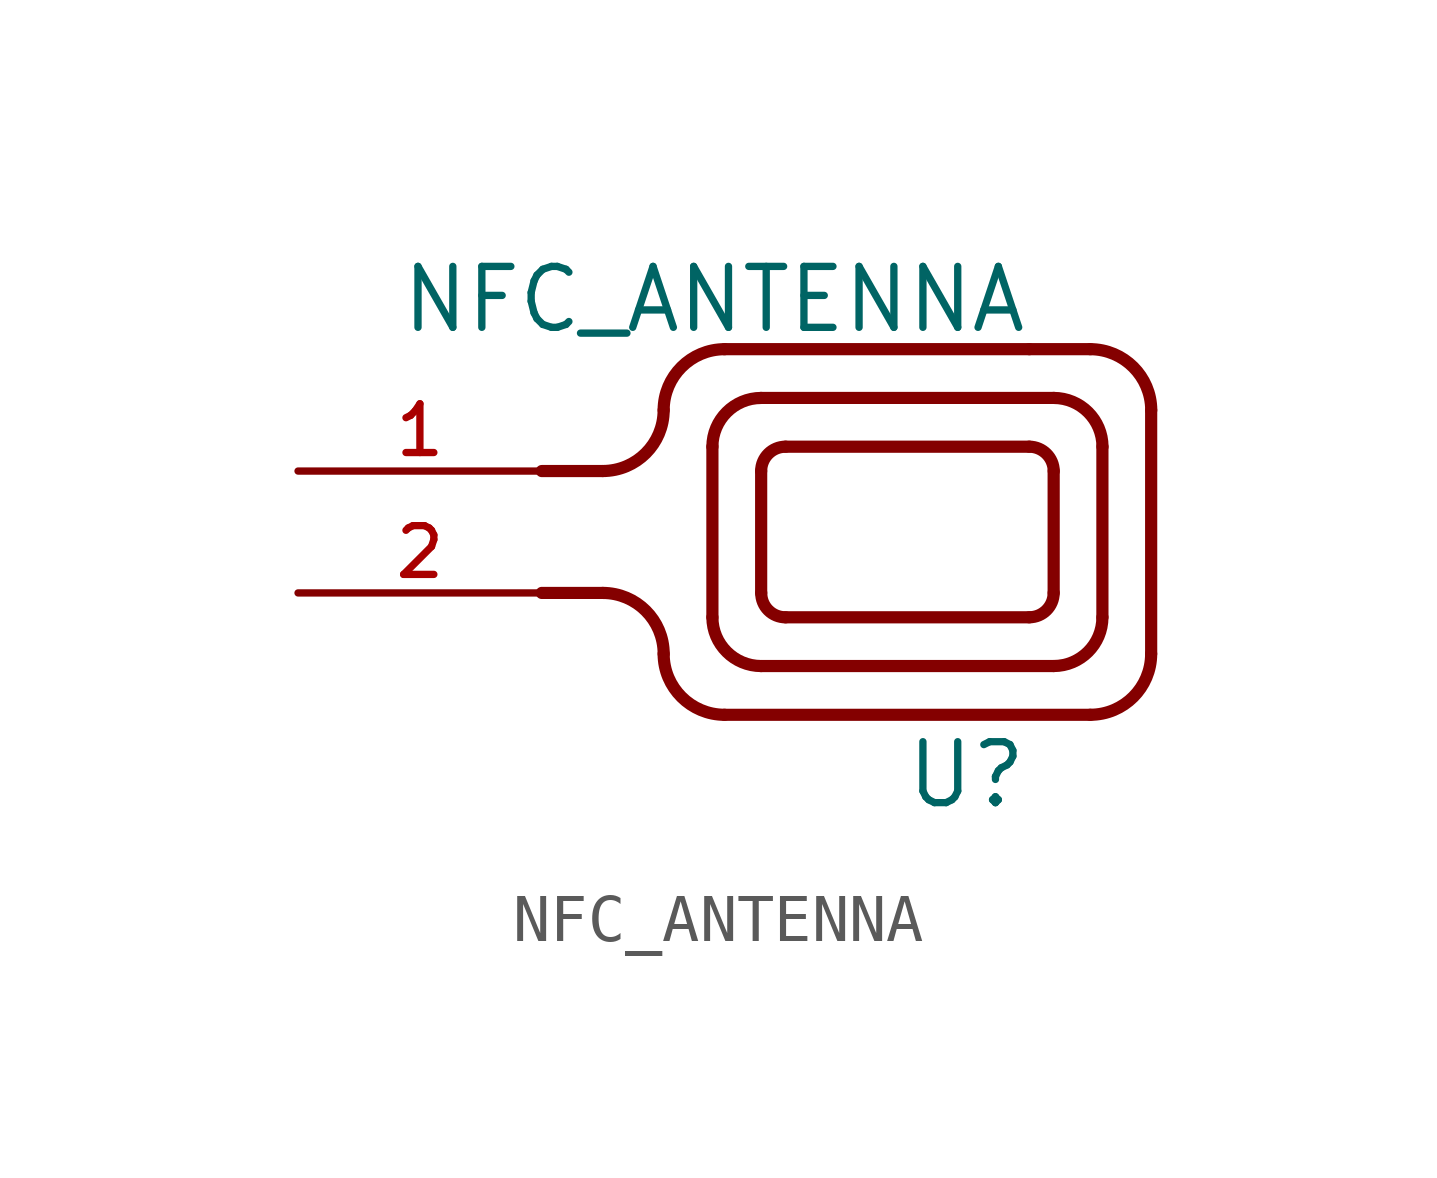
<source format=kicad_sym>
(kicad_symbol_lib
  (version 20211014)
  (generator kicad_symbol_editor)
  (symbol "NFC_ANTENNA"
    (pin_names
      (offset 1.016))
    (property "Reference" "U"
      (at 2.54 -0.508 0)
      (effects (font (size 1.27 1.27)) (justify right top)))
    (property "Value" "NFC_ANTENNA"
      (at 2.54 9.398 0)
      (effects (font (size 1.27 1.27)) (justify right top)))
    (symbol "NFC_ANTENNA_0_0"
      (arc (start -6.35 5.08) (mid -5.452 5.452) (end -5.08 6.35) (stroke (width 0.254) (type default) (color 0 0 0 0)) (fill (type none)))
      (arc (start -5.08 1.27) (mid -5.452 2.168) (end -6.35 2.54) (stroke (width 0.254) (type default) (color 0 0 0 0)) (fill (type none)))
      (arc (start -5.08 1.27) (mid -4.708 0.372) (end -3.81 0) (stroke (width 0.254) (type default) (color 0 0 0 0)) (fill (type none)))
      (arc (start -4.064 2.032) (mid -3.7664 1.3136) (end -3.048 1.016) (stroke (width 0.254) (type default) (color 0 0 0 0)) (fill (type none)))
      (arc (start -3.81 7.62) (mid -4.708 7.248) (end -5.08 6.35) (stroke (width 0.254) (type default) (color 0 0 0 0)) (fill (type none)))
      (arc (start -3.048 2.54) (mid -2.8992 2.1808) (end -2.54 2.032) (stroke (width 0.254) (type default) (color 0 0 0 0)) (fill (type none)))
      (arc (start -3.048 6.604) (mid -3.7664 6.3064) (end -4.064 5.588) (stroke (width 0.254) (type default) (color 0 0 0 0)) (fill (type none)))
      (arc (start -2.54 5.588) (mid -2.8992 5.4392) (end -3.048 5.08) (stroke (width 0.254) (type default) (color 0 0 0 0)) (fill (type none)))
      (polyline (pts (xy -7.62 5.08) (xy -6.35 5.08)) (stroke (width 0.254) (type default) (color 0 0 0 0)) (fill (type none)))
      (polyline (pts (xy -6.35 2.54) (xy -7.62 2.54)) (stroke (width 0.254) (type default) (color 0 0 0 0)) (fill (type none)))
      (polyline (pts (xy -4.064 2.032) (xy -4.064 5.588)) (stroke (width 0.254) (type default) (color 0 0 0 0)) (fill (type none)))
      (polyline (pts (xy -3.81 7.62) (xy 2.54 7.62)) (stroke (width 0.254) (type default) (color 0 0 0 0)) (fill (type none)))
      (polyline (pts (xy -3.048 1.016) (xy 3.048 1.016)) (stroke (width 0.254) (type default) (color 0 0 0 0)) (fill (type none)))
      (polyline (pts (xy -3.048 2.54) (xy -3.048 5.08)) (stroke (width 0.254) (type default) (color 0 0 0 0)) (fill (type none)))
      (polyline (pts (xy -3.048 6.604) (xy 3.048 6.604)) (stroke (width 0.254) (type default) (color 0 0 0 0)) (fill (type none)))
      (polyline (pts (xy 2.54 2.032) (xy -2.54 2.032)) (stroke (width 0.254) (type default) (color 0 0 0 0)) (fill (type none)))
      (polyline (pts (xy 2.54 5.588) (xy -2.54 5.588)) (stroke (width 0.254) (type default) (color 0 0 0 0)) (fill (type none)))
      (polyline (pts (xy 2.54 7.62) (xy 3.81 7.62)) (stroke (width 0.254) (type default) (color 0 0 0 0)) (fill (type none)))
      (polyline (pts (xy 3.048 2.54) (xy 3.048 5.08)) (stroke (width 0.254) (type default) (color 0 0 0 0)) (fill (type none)))
      (polyline (pts (xy 3.81 0) (xy -3.81 0)) (stroke (width 0.254) (type default) (color 0 0 0 0)) (fill (type none)))
      (polyline (pts (xy 4.064 5.588) (xy 4.064 2.032)) (stroke (width 0.254) (type default) (color 0 0 0 0)) (fill (type none)))
      (polyline (pts (xy 5.08 6.35) (xy 5.08 1.27)) (stroke (width 0.254) (type default) (color 0 0 0 0)) (fill (type none)))
      (arc (start 2.54 2.032) (mid 2.8992 2.1808) (end 3.048 2.54) (stroke (width 0.254) (type default) (color 0 0 0 0)) (fill (type none)))
      (arc (start 3.048 1.016) (mid 3.7664 1.3136) (end 4.064 2.032) (stroke (width 0.254) (type default) (color 0 0 0 0)) (fill (type none)))
      (arc (start 3.048 5.08) (mid 2.8992 5.4392) (end 2.54 5.588) (stroke (width 0.254) (type default) (color 0 0 0 0)) (fill (type none)))
      (arc (start 3.81 0) (mid 4.708 0.372) (end 5.08 1.27) (stroke (width 0.254) (type default) (color 0 0 0 0)) (fill (type none)))
      (arc (start 4.064 5.588) (mid 3.7664 6.3064) (end 3.048 6.604) (stroke (width 0.254) (type default) (color 0 0 0 0)) (fill (type none)))
      (arc (start 5.08 6.35) (mid 4.708 7.248) (end 3.81 7.62) (stroke (width 0.254) (type default) (color 0 0 0 0)) (fill (type none)))
      (pin bidirectional line (at -12.7 5.08 0) (length 5.08) (name "~" (effects (font (size 1.016 1.016)))) (number "1" (effects (font (size 1.016 1.016)))))
      (pin bidirectional line (at -12.7 2.54 0) (length 5.08) (name "~" (effects (font (size 1.016 1.016)))) (number "2" (effects (font (size 1.016 1.016))))))))
</source>
